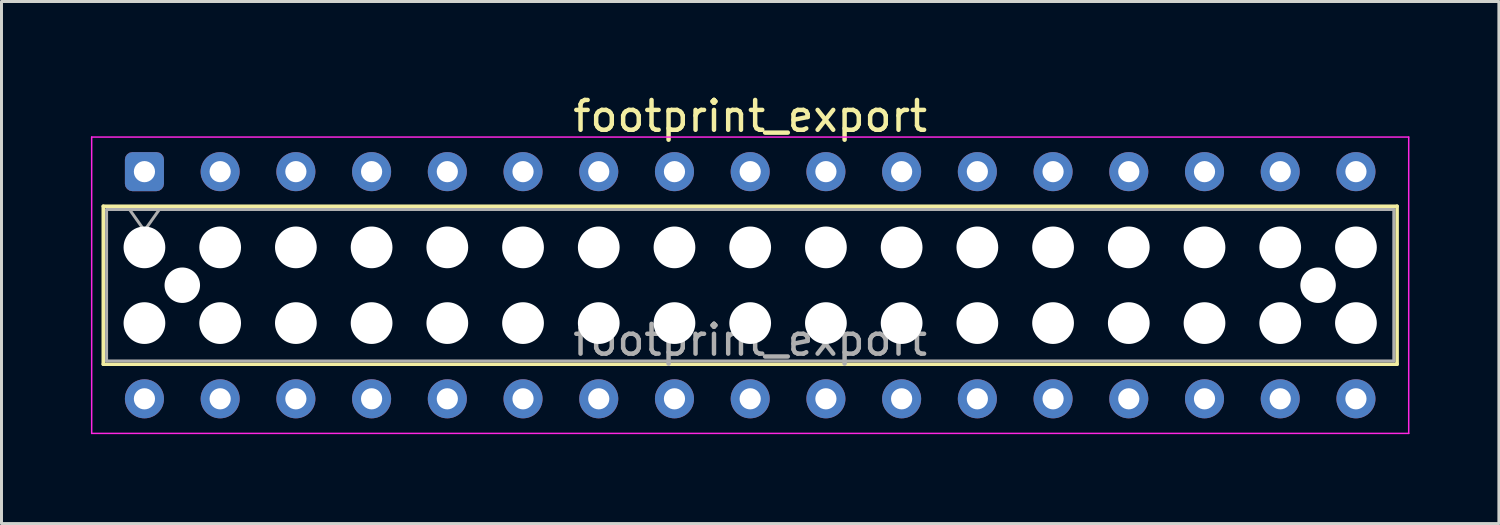
<source format=kicad_pcb>
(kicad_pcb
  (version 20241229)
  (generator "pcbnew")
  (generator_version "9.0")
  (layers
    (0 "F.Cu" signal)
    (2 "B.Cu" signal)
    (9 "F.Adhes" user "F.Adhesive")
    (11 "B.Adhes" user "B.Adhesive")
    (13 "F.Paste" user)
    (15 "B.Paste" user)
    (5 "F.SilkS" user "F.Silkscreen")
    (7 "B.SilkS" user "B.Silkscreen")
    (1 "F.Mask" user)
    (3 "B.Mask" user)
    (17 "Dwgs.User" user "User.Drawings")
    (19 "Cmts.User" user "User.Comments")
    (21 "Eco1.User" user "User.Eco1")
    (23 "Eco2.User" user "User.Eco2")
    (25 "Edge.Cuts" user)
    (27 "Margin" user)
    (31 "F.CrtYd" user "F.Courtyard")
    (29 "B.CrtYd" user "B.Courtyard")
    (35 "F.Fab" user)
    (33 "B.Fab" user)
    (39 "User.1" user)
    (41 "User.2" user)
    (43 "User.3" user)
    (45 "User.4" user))
  (footprint "footprint_export"
    (layer "F.Cu")
    (at 1.795 2.708)
    (property "Reference" "footprint_export" (at 20.32 -1.86 0) (layer "F.SilkS") (effects (font (size 1 1) (thickness 0.15))))
    (attr through_hole)
    (fp_line (start -1.38 1.16) (end 42.02 1.16) (stroke (width 0.12) (type solid)) (layer "F.SilkS"))
    (fp_line (start -1.38 6.46) (end -1.38 1.16) (stroke (width 0.12) (type solid)) (layer "F.SilkS"))
    (fp_line (start 42.02 1.16) (end 42.02 6.46) (stroke (width 0.12) (type solid)) (layer "F.SilkS"))
    (fp_line (start 42.02 6.46) (end -1.38 6.46) (stroke (width 0.12) (type solid)) (layer "F.SilkS"))
    (fp_line (start -1.77 -1.16) (end 42.41 -1.16) (stroke (width 0.05) (type solid)) (layer "F.CrtYd"))
    (fp_line (start -1.77 8.78) (end -1.77 -1.16) (stroke (width 0.05) (type solid)) (layer "F.CrtYd"))
    (fp_line (start 42.41 -1.16) (end 42.41 8.78) (stroke (width 0.05) (type solid)) (layer "F.CrtYd"))
    (fp_line (start 42.41 8.78) (end -1.77 8.78) (stroke (width 0.05) (type solid)) (layer "F.CrtYd"))
    (fp_line (start -1.27 1.27) (end 41.91 1.27) (stroke (width 0.1) (type solid)) (layer "F.Fab"))
    (fp_line (start -1.27 6.35) (end -1.27 1.27) (stroke (width 0.1) (type solid)) (layer "F.Fab"))
    (fp_line (start -0.5 1.27) (end 0 1.977) (stroke (width 0.1) (type solid)) (layer "F.Fab"))
    (fp_line (start 0 1.977) (end 0.5 1.27) (stroke (width 0.1) (type solid)) (layer "F.Fab"))
    (fp_line (start 41.91 1.27) (end 41.91 6.35) (stroke (width 0.1) (type solid)) (layer "F.Fab"))
    (fp_line (start 41.91 6.35) (end -1.27 6.35) (stroke (width 0.1) (type solid)) (layer "F.Fab"))
    (fp_text user "${REFERENCE}" (at 20.32 5.65 0) (layer "F.Fab") (effects (font (size 1 1) (thickness 0.15))))
    (pad "" np_thru_hole circle (at 0 2.54) (size 1.4 1.4) (drill 1.4) (layers "*.Cu" "*.Mask"))
    (pad "" np_thru_hole circle (at 0 5.08) (size 1.4 1.4) (drill 1.4) (layers "*.Cu" "*.Mask"))
    (pad "" np_thru_hole circle (at 1.27 3.81) (size 1.19 1.19) (drill 1.19) (layers "*.Cu" "*.Mask"))
    (pad "" np_thru_hole circle (at 2.54 2.54) (size 1.4 1.4) (drill 1.4) (layers "*.Cu" "*.Mask"))
    (pad "" np_thru_hole circle (at 2.54 5.08) (size 1.4 1.4) (drill 1.4) (layers "*.Cu" "*.Mask"))
    (pad "" np_thru_hole circle (at 5.08 2.54) (size 1.4 1.4) (drill 1.4) (layers "*.Cu" "*.Mask"))
    (pad "" np_thru_hole circle (at 5.08 5.08) (size 1.4 1.4) (drill 1.4) (layers "*.Cu" "*.Mask"))
    (pad "" np_thru_hole circle (at 7.62 2.54) (size 1.4 1.4) (drill 1.4) (layers "*.Cu" "*.Mask"))
    (pad "" np_thru_hole circle (at 7.62 5.08) (size 1.4 1.4) (drill 1.4) (layers "*.Cu" "*.Mask"))
    (pad "" np_thru_hole circle (at 10.16 2.54) (size 1.4 1.4) (drill 1.4) (layers "*.Cu" "*.Mask"))
    (pad "" np_thru_hole circle (at 10.16 5.08) (size 1.4 1.4) (drill 1.4) (layers "*.Cu" "*.Mask"))
    (pad "" np_thru_hole circle (at 12.7 2.54) (size 1.4 1.4) (drill 1.4) (layers "*.Cu" "*.Mask"))
    (pad "" np_thru_hole circle (at 12.7 5.08) (size 1.4 1.4) (drill 1.4) (layers "*.Cu" "*.Mask"))
    (pad "" np_thru_hole circle (at 15.24 2.54) (size 1.4 1.4) (drill 1.4) (layers "*.Cu" "*.Mask"))
    (pad "" np_thru_hole circle (at 15.24 5.08) (size 1.4 1.4) (drill 1.4) (layers "*.Cu" "*.Mask"))
    (pad "" np_thru_hole circle (at 17.78 2.54) (size 1.4 1.4) (drill 1.4) (layers "*.Cu" "*.Mask"))
    (pad "" np_thru_hole circle (at 17.78 5.08) (size 1.4 1.4) (drill 1.4) (layers "*.Cu" "*.Mask"))
    (pad "" np_thru_hole circle (at 20.32 2.54) (size 1.4 1.4) (drill 1.4) (layers "*.Cu" "*.Mask"))
    (pad "" np_thru_hole circle (at 20.32 5.08) (size 1.4 1.4) (drill 1.4) (layers "*.Cu" "*.Mask"))
    (pad "" np_thru_hole circle (at 22.86 2.54) (size 1.4 1.4) (drill 1.4) (layers "*.Cu" "*.Mask"))
    (pad "" np_thru_hole circle (at 22.86 5.08) (size 1.4 1.4) (drill 1.4) (layers "*.Cu" "*.Mask"))
    (pad "" np_thru_hole circle (at 25.4 2.54) (size 1.4 1.4) (drill 1.4) (layers "*.Cu" "*.Mask"))
    (pad "" np_thru_hole circle (at 25.4 5.08) (size 1.4 1.4) (drill 1.4) (layers "*.Cu" "*.Mask"))
    (pad "" np_thru_hole circle (at 27.94 2.54) (size 1.4 1.4) (drill 1.4) (layers "*.Cu" "*.Mask"))
    (pad "" np_thru_hole circle (at 27.94 5.08) (size 1.4 1.4) (drill 1.4) (layers "*.Cu" "*.Mask"))
    (pad "" np_thru_hole circle (at 30.48 2.54) (size 1.4 1.4) (drill 1.4) (layers "*.Cu" "*.Mask"))
    (pad "" np_thru_hole circle (at 30.48 5.08) (size 1.4 1.4) (drill 1.4) (layers "*.Cu" "*.Mask"))
    (pad "" np_thru_hole circle (at 33.02 2.54) (size 1.4 1.4) (drill 1.4) (layers "*.Cu" "*.Mask"))
    (pad "" np_thru_hole circle (at 33.02 5.08) (size 1.4 1.4) (drill 1.4) (layers "*.Cu" "*.Mask"))
    (pad "" np_thru_hole circle (at 35.56 2.54) (size 1.4 1.4) (drill 1.4) (layers "*.Cu" "*.Mask"))
    (pad "" np_thru_hole circle (at 35.56 5.08) (size 1.4 1.4) (drill 1.4) (layers "*.Cu" "*.Mask"))
    (pad "" np_thru_hole circle (at 38.1 2.54) (size 1.4 1.4) (drill 1.4) (layers "*.Cu" "*.Mask"))
    (pad "" np_thru_hole circle (at 38.1 5.08) (size 1.4 1.4) (drill 1.4) (layers "*.Cu" "*.Mask"))
    (pad "" np_thru_hole circle (at 39.37 3.81) (size 1.19 1.19) (drill 1.19) (layers "*.Cu" "*.Mask"))
    (pad "" np_thru_hole circle (at 40.64 2.54) (size 1.4 1.4) (drill 1.4) (layers "*.Cu" "*.Mask"))
    (pad "" np_thru_hole circle (at 40.64 5.08) (size 1.4 1.4) (drill 1.4) (layers "*.Cu" "*.Mask"))
    (pad "1" thru_hole roundrect (at 0 0) (size 1.31 1.31) (drill 0.71) (layers "*.Cu" "*.Mask") (roundrect_rratio 0.191))
    (pad "2" thru_hole circle (at 0 7.62) (size 1.31 1.31) (drill 0.71) (layers "*.Cu" "*.Mask"))
    (pad "3" thru_hole circle (at 2.54 0) (size 1.31 1.31) (drill 0.71) (layers "*.Cu" "*.Mask"))
    (pad "4" thru_hole circle (at 2.54 7.62) (size 1.31 1.31) (drill 0.71) (layers "*.Cu" "*.Mask"))
    (pad "5" thru_hole circle (at 5.08 0) (size 1.31 1.31) (drill 0.71) (layers "*.Cu" "*.Mask"))
    (pad "6" thru_hole circle (at 5.08 7.62) (size 1.31 1.31) (drill 0.71) (layers "*.Cu" "*.Mask"))
    (pad "7" thru_hole circle (at 7.62 0) (size 1.31 1.31) (drill 0.71) (layers "*.Cu" "*.Mask"))
    (pad "8" thru_hole circle (at 7.62 7.62) (size 1.31 1.31) (drill 0.71) (layers "*.Cu" "*.Mask"))
    (pad "9" thru_hole circle (at 10.16 0) (size 1.31 1.31) (drill 0.71) (layers "*.Cu" "*.Mask"))
    (pad "10" thru_hole circle (at 10.16 7.62) (size 1.31 1.31) (drill 0.71) (layers "*.Cu" "*.Mask"))
    (pad "11" thru_hole circle (at 12.7 0) (size 1.31 1.31) (drill 0.71) (layers "*.Cu" "*.Mask"))
    (pad "12" thru_hole circle (at 12.7 7.62) (size 1.31 1.31) (drill 0.71) (layers "*.Cu" "*.Mask"))
    (pad "13" thru_hole circle (at 15.24 0) (size 1.31 1.31) (drill 0.71) (layers "*.Cu" "*.Mask"))
    (pad "14" thru_hole circle (at 15.24 7.62) (size 1.31 1.31) (drill 0.71) (layers "*.Cu" "*.Mask"))
    (pad "15" thru_hole circle (at 17.78 0) (size 1.31 1.31) (drill 0.71) (layers "*.Cu" "*.Mask"))
    (pad "16" thru_hole circle (at 17.78 7.62) (size 1.31 1.31) (drill 0.71) (layers "*.Cu" "*.Mask"))
    (pad "17" thru_hole circle (at 20.32 0) (size 1.31 1.31) (drill 0.71) (layers "*.Cu" "*.Mask"))
    (pad "18" thru_hole circle (at 20.32 7.62) (size 1.31 1.31) (drill 0.71) (layers "*.Cu" "*.Mask"))
    (pad "19" thru_hole circle (at 22.86 0) (size 1.31 1.31) (drill 0.71) (layers "*.Cu" "*.Mask"))
    (pad "20" thru_hole circle (at 22.86 7.62) (size 1.31 1.31) (drill 0.71) (layers "*.Cu" "*.Mask"))
    (pad "21" thru_hole circle (at 25.4 0) (size 1.31 1.31) (drill 0.71) (layers "*.Cu" "*.Mask"))
    (pad "22" thru_hole circle (at 25.4 7.62) (size 1.31 1.31) (drill 0.71) (layers "*.Cu" "*.Mask"))
    (pad "23" thru_hole circle (at 27.94 0) (size 1.31 1.31) (drill 0.71) (layers "*.Cu" "*.Mask"))
    (pad "24" thru_hole circle (at 27.94 7.62) (size 1.31 1.31) (drill 0.71) (layers "*.Cu" "*.Mask"))
    (pad "25" thru_hole circle (at 30.48 0) (size 1.31 1.31) (drill 0.71) (layers "*.Cu" "*.Mask"))
    (pad "26" thru_hole circle (at 30.48 7.62) (size 1.31 1.31) (drill 0.71) (layers "*.Cu" "*.Mask"))
    (pad "27" thru_hole circle (at 33.02 0) (size 1.31 1.31) (drill 0.71) (layers "*.Cu" "*.Mask"))
    (pad "28" thru_hole circle (at 33.02 7.62) (size 1.31 1.31) (drill 0.71) (layers "*.Cu" "*.Mask"))
    (pad "29" thru_hole circle (at 35.56 0) (size 1.31 1.31) (drill 0.71) (layers "*.Cu" "*.Mask"))
    (pad "30" thru_hole circle (at 35.56 7.62) (size 1.31 1.31) (drill 0.71) (layers "*.Cu" "*.Mask"))
    (pad "31" thru_hole circle (at 38.1 0) (size 1.31 1.31) (drill 0.71) (layers "*.Cu" "*.Mask"))
    (pad "32" thru_hole circle (at 38.1 7.62) (size 1.31 1.31) (drill 0.71) (layers "*.Cu" "*.Mask"))
    (pad "33" thru_hole circle (at 40.64 0) (size 1.31 1.31) (drill 0.71) (layers "*.Cu" "*.Mask"))
    (pad "34" thru_hole circle (at 40.64 7.62) (size 1.31 1.31) (drill 0.71) (layers "*.Cu" "*.Mask")))
  (gr_rect
    (start -3 -3)
    (end 47.23 14.513)
    (stroke (width 0.1) (type default))
    (fill no)
    (layer "Edge.Cuts")))
</source>
